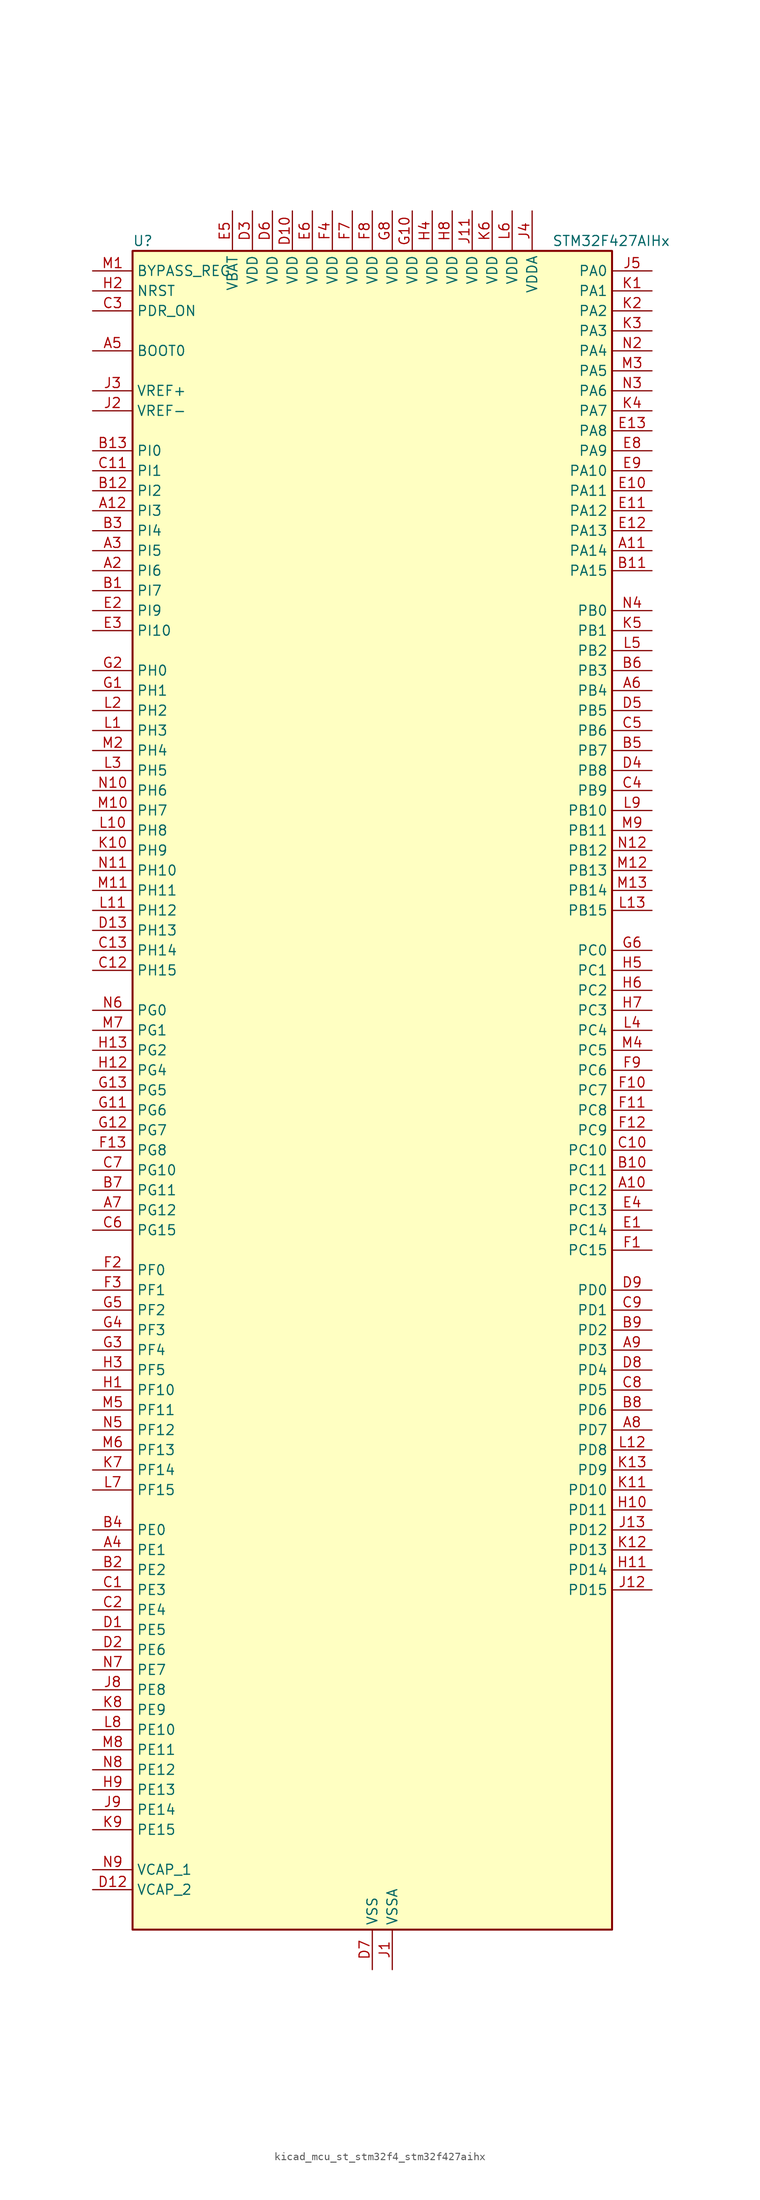
<source format=kicad_sym>
(kicad_symbol_lib
  (version 20220914)
  (generator kicad_symbol_editor)
  (symbol "kicad_mcu_st_stm32f4_stm32f427aihx"
    (property "Reference" "U"
      (at -30.48 107.95 0)
      (effects (font (size 1.27 1.27)) (justify left)))
    (property "Value" "STM32F427AIHx"
      (at 22.86 107.95 0)
      (effects (font (size 1.27 1.27)) (justify left)))
    (property "ki_locked" ""
      (at 0 0 0)
      (effects (font (size 1.27 1.27))))
    (symbol "kicad_mcu_st_stm32f4_stm32f427aihx_0_1"
      (rectangle (start -30.48 -106.68) (end 30.48 106.68) (stroke (width 0.254) (type default)) (fill (type background))))
    (symbol "kicad_mcu_st_stm32f4_stm32f427aihx_1_1"
      (pin no_connect line (at -30.48 -106.68 0) (length 5.08) hide (name "NC" (effects (font (size 1.27 1.27)))) (number "A1" (effects (font (size 1.27 1.27)))))
      (pin bidirectional line (at 35.56 -12.7 180) (length 5.08) (name "PC12" (effects (font (size 1.27 1.27)))) (number "A10" (effects (font (size 1.27 1.27)))) (alternate "DCMI_D9" bidirectional line) (alternate "I2S3_SD" bidirectional line) (alternate "SDIO_CK" bidirectional line) (alternate "SPI3_MOSI" bidirectional line) (alternate "UART5_TX" bidirectional line) (alternate "USART3_CK" bidirectional line))
      (pin bidirectional line (at 35.56 68.58 180) (length 5.08) (name "PA14" (effects (font (size 1.27 1.27)))) (number "A11" (effects (font (size 1.27 1.27)))) (alternate "SYS_JTCK-SWCLK" bidirectional line))
      (pin bidirectional line (at -35.56 73.66 0) (length 5.08) (name "PI3" (effects (font (size 1.27 1.27)))) (number "A12" (effects (font (size 1.27 1.27)))) (alternate "DCMI_D10" bidirectional line) (alternate "FMC_D27" bidirectional line) (alternate "I2S2_SD" bidirectional line) (alternate "SPI2_MOSI" bidirectional line) (alternate "TIM8_ETR" bidirectional line))
      (pin no_connect line (at -30.48 -104.14 0) (length 5.08) hide (name "NC" (effects (font (size 1.27 1.27)))) (number "A13" (effects (font (size 1.27 1.27)))))
      (pin bidirectional line (at -35.56 66.04 0) (length 5.08) (name "PI6" (effects (font (size 1.27 1.27)))) (number "A2" (effects (font (size 1.27 1.27)))) (alternate "DCMI_D6" bidirectional line) (alternate "FMC_D28" bidirectional line) (alternate "TIM8_CH2" bidirectional line))
      (pin bidirectional line (at -35.56 68.58 0) (length 5.08) (name "PI5" (effects (font (size 1.27 1.27)))) (number "A3" (effects (font (size 1.27 1.27)))) (alternate "DCMI_VSYNC" bidirectional line) (alternate "FMC_NBL3" bidirectional line) (alternate "TIM8_CH1" bidirectional line))
      (pin bidirectional line (at -35.56 -58.42 0) (length 5.08) (name "PE1" (effects (font (size 1.27 1.27)))) (number "A4" (effects (font (size 1.27 1.27)))) (alternate "DCMI_D3" bidirectional line) (alternate "FMC_NBL1" bidirectional line) (alternate "UART8_TX" bidirectional line))
      (pin input line (at -35.56 93.98 0) (length 5.08) (name "BOOT0" (effects (font (size 1.27 1.27)))) (number "A5" (effects (font (size 1.27 1.27)))))
      (pin bidirectional line (at 35.56 50.8 180) (length 5.08) (name "PB4" (effects (font (size 1.27 1.27)))) (number "A6" (effects (font (size 1.27 1.27)))) (alternate "I2S3_ext_SD" bidirectional line) (alternate "SPI1_MISO" bidirectional line) (alternate "SPI3_MISO" bidirectional line) (alternate "SYS_JTRST" bidirectional line) (alternate "TIM3_CH1" bidirectional line))
      (pin bidirectional line (at -35.56 -15.24 0) (length 5.08) (name "PG12" (effects (font (size 1.27 1.27)))) (number "A7" (effects (font (size 1.27 1.27)))) (alternate "FMC_NE4" bidirectional line) (alternate "USART6_RTS" bidirectional line))
      (pin bidirectional line (at 35.56 -43.18 180) (length 5.08) (name "PD7" (effects (font (size 1.27 1.27)))) (number "A8" (effects (font (size 1.27 1.27)))) (alternate "FMC_NCE2" bidirectional line) (alternate "FMC_NE1" bidirectional line) (alternate "USART2_CK" bidirectional line))
      (pin bidirectional line (at 35.56 -33.02 180) (length 5.08) (name "PD3" (effects (font (size 1.27 1.27)))) (number "A9" (effects (font (size 1.27 1.27)))) (alternate "DCMI_D5" bidirectional line) (alternate "FMC_CLK" bidirectional line) (alternate "I2S2_CK" bidirectional line) (alternate "SPI2_SCK" bidirectional line) (alternate "USART2_CTS" bidirectional line))
      (pin bidirectional line (at -35.56 63.5 0) (length 5.08) (name "PI7" (effects (font (size 1.27 1.27)))) (number "B1" (effects (font (size 1.27 1.27)))) (alternate "DCMI_D7" bidirectional line) (alternate "FMC_D29" bidirectional line) (alternate "TIM8_CH3" bidirectional line))
      (pin bidirectional line (at 35.56 -10.16 180) (length 5.08) (name "PC11" (effects (font (size 1.27 1.27)))) (number "B10" (effects (font (size 1.27 1.27)))) (alternate "ADC1_EXTI11" bidirectional line) (alternate "ADC2_EXTI11" bidirectional line) (alternate "ADC3_EXTI11" bidirectional line) (alternate "DCMI_D4" bidirectional line) (alternate "I2S3_ext_SD" bidirectional line) (alternate "SDIO_D3" bidirectional line) (alternate "SPI3_MISO" bidirectional line) (alternate "UART4_RX" bidirectional line) (alternate "USART3_RX" bidirectional line))
      (pin bidirectional line (at 35.56 66.04 180) (length 5.08) (name "PA15" (effects (font (size 1.27 1.27)))) (number "B11" (effects (font (size 1.27 1.27)))) (alternate "ADC1_EXTI15" bidirectional line) (alternate "ADC2_EXTI15" bidirectional line) (alternate "ADC3_EXTI15" bidirectional line) (alternate "I2S3_WS" bidirectional line) (alternate "SPI1_NSS" bidirectional line) (alternate "SPI3_NSS" bidirectional line) (alternate "SYS_JTDI" bidirectional line) (alternate "TIM2_CH1" bidirectional line) (alternate "TIM2_ETR" bidirectional line))
      (pin bidirectional line (at -35.56 76.2 0) (length 5.08) (name "PI2" (effects (font (size 1.27 1.27)))) (number "B12" (effects (font (size 1.27 1.27)))) (alternate "DCMI_D9" bidirectional line) (alternate "FMC_D26" bidirectional line) (alternate "I2S2_ext_SD" bidirectional line) (alternate "SPI2_MISO" bidirectional line) (alternate "TIM8_CH4" bidirectional line))
      (pin bidirectional line (at -35.56 81.28 0) (length 5.08) (name "PI0" (effects (font (size 1.27 1.27)))) (number "B13" (effects (font (size 1.27 1.27)))) (alternate "DCMI_D13" bidirectional line) (alternate "FMC_D24" bidirectional line) (alternate "I2S2_WS" bidirectional line) (alternate "SPI2_NSS" bidirectional line) (alternate "TIM5_CH4" bidirectional line))
      (pin bidirectional line (at -35.56 -60.96 0) (length 5.08) (name "PE2" (effects (font (size 1.27 1.27)))) (number "B2" (effects (font (size 1.27 1.27)))) (alternate "ETH_TXD3" bidirectional line) (alternate "FMC_A23" bidirectional line) (alternate "SAI1_MCLK_A" bidirectional line) (alternate "SPI4_SCK" bidirectional line) (alternate "SYS_TRACECLK" bidirectional line))
      (pin bidirectional line (at -35.56 71.12 0) (length 5.08) (name "PI4" (effects (font (size 1.27 1.27)))) (number "B3" (effects (font (size 1.27 1.27)))) (alternate "DCMI_D5" bidirectional line) (alternate "FMC_NBL2" bidirectional line) (alternate "TIM8_BKIN" bidirectional line))
      (pin bidirectional line (at -35.56 -55.88 0) (length 5.08) (name "PE0" (effects (font (size 1.27 1.27)))) (number "B4" (effects (font (size 1.27 1.27)))) (alternate "DCMI_D2" bidirectional line) (alternate "FMC_NBL0" bidirectional line) (alternate "TIM4_ETR" bidirectional line) (alternate "UART8_RX" bidirectional line))
      (pin bidirectional line (at 35.56 43.18 180) (length 5.08) (name "PB7" (effects (font (size 1.27 1.27)))) (number "B5" (effects (font (size 1.27 1.27)))) (alternate "DCMI_VSYNC" bidirectional line) (alternate "FMC_NL" bidirectional line) (alternate "I2C1_SDA" bidirectional line) (alternate "TIM4_CH2" bidirectional line) (alternate "USART1_RX" bidirectional line))
      (pin bidirectional line (at 35.56 53.34 180) (length 5.08) (name "PB3" (effects (font (size 1.27 1.27)))) (number "B6" (effects (font (size 1.27 1.27)))) (alternate "I2S3_CK" bidirectional line) (alternate "SPI1_SCK" bidirectional line) (alternate "SPI3_SCK" bidirectional line) (alternate "SYS_JTDO-SWO" bidirectional line) (alternate "TIM2_CH2" bidirectional line))
      (pin bidirectional line (at -35.56 -12.7 0) (length 5.08) (name "PG11" (effects (font (size 1.27 1.27)))) (number "B7" (effects (font (size 1.27 1.27)))) (alternate "ADC1_EXTI11" bidirectional line) (alternate "ADC2_EXTI11" bidirectional line) (alternate "ADC3_EXTI11" bidirectional line) (alternate "DCMI_D3" bidirectional line) (alternate "ETH_TX_EN" bidirectional line))
      (pin bidirectional line (at 35.56 -40.64 180) (length 5.08) (name "PD6" (effects (font (size 1.27 1.27)))) (number "B8" (effects (font (size 1.27 1.27)))) (alternate "DCMI_D10" bidirectional line) (alternate "FMC_NWAIT" bidirectional line) (alternate "I2S3_SD" bidirectional line) (alternate "SAI1_SD_A" bidirectional line) (alternate "SPI3_MOSI" bidirectional line) (alternate "USART2_RX" bidirectional line))
      (pin bidirectional line (at 35.56 -30.48 180) (length 5.08) (name "PD2" (effects (font (size 1.27 1.27)))) (number "B9" (effects (font (size 1.27 1.27)))) (alternate "DCMI_D11" bidirectional line) (alternate "SDIO_CMD" bidirectional line) (alternate "TIM3_ETR" bidirectional line) (alternate "UART5_RX" bidirectional line))
      (pin bidirectional line (at -35.56 -63.5 0) (length 5.08) (name "PE3" (effects (font (size 1.27 1.27)))) (number "C1" (effects (font (size 1.27 1.27)))) (alternate "FMC_A19" bidirectional line) (alternate "SAI1_SD_B" bidirectional line) (alternate "SYS_TRACED0" bidirectional line))
      (pin bidirectional line (at 35.56 -7.62 180) (length 5.08) (name "PC10" (effects (font (size 1.27 1.27)))) (number "C10" (effects (font (size 1.27 1.27)))) (alternate "DCMI_D8" bidirectional line) (alternate "I2S3_CK" bidirectional line) (alternate "SDIO_D2" bidirectional line) (alternate "SPI3_SCK" bidirectional line) (alternate "UART4_TX" bidirectional line) (alternate "USART3_TX" bidirectional line))
      (pin bidirectional line (at -35.56 78.74 0) (length 5.08) (name "PI1" (effects (font (size 1.27 1.27)))) (number "C11" (effects (font (size 1.27 1.27)))) (alternate "DCMI_D8" bidirectional line) (alternate "FMC_D25" bidirectional line) (alternate "I2S2_CK" bidirectional line) (alternate "SPI2_SCK" bidirectional line))
      (pin bidirectional line (at -35.56 15.24 0) (length 5.08) (name "PH15" (effects (font (size 1.27 1.27)))) (number "C12" (effects (font (size 1.27 1.27)))) (alternate "ADC1_EXTI15" bidirectional line) (alternate "ADC2_EXTI15" bidirectional line) (alternate "ADC3_EXTI15" bidirectional line) (alternate "DCMI_D11" bidirectional line) (alternate "FMC_D23" bidirectional line) (alternate "TIM8_CH3N" bidirectional line))
      (pin bidirectional line (at -35.56 17.78 0) (length 5.08) (name "PH14" (effects (font (size 1.27 1.27)))) (number "C13" (effects (font (size 1.27 1.27)))) (alternate "DCMI_D4" bidirectional line) (alternate "FMC_D22" bidirectional line) (alternate "TIM8_CH2N" bidirectional line))
      (pin bidirectional line (at -35.56 -66.04 0) (length 5.08) (name "PE4" (effects (font (size 1.27 1.27)))) (number "C2" (effects (font (size 1.27 1.27)))) (alternate "DCMI_D4" bidirectional line) (alternate "FMC_A20" bidirectional line) (alternate "SAI1_FS_A" bidirectional line) (alternate "SPI4_NSS" bidirectional line) (alternate "SYS_TRACED1" bidirectional line))
      (pin input line (at -35.56 99.06 0) (length 5.08) (name "PDR_ON" (effects (font (size 1.27 1.27)))) (number "C3" (effects (font (size 1.27 1.27)))))
      (pin bidirectional line (at 35.56 38.1 180) (length 5.08) (name "PB9" (effects (font (size 1.27 1.27)))) (number "C4" (effects (font (size 1.27 1.27)))) (alternate "CAN1_TX" bidirectional line) (alternate "DAC_EXTI9" bidirectional line) (alternate "DCMI_D7" bidirectional line) (alternate "I2C1_SDA" bidirectional line) (alternate "I2S2_WS" bidirectional line) (alternate "SDIO_D5" bidirectional line) (alternate "SPI2_NSS" bidirectional line) (alternate "TIM11_CH1" bidirectional line) (alternate "TIM4_CH4" bidirectional line))
      (pin bidirectional line (at 35.56 45.72 180) (length 5.08) (name "PB6" (effects (font (size 1.27 1.27)))) (number "C5" (effects (font (size 1.27 1.27)))) (alternate "CAN2_TX" bidirectional line) (alternate "DCMI_D5" bidirectional line) (alternate "FMC_SDNE1" bidirectional line) (alternate "I2C1_SCL" bidirectional line) (alternate "TIM4_CH1" bidirectional line) (alternate "USART1_TX" bidirectional line))
      (pin bidirectional line (at -35.56 -17.78 0) (length 5.08) (name "PG15" (effects (font (size 1.27 1.27)))) (number "C6" (effects (font (size 1.27 1.27)))) (alternate "ADC1_EXTI15" bidirectional line) (alternate "ADC2_EXTI15" bidirectional line) (alternate "ADC3_EXTI15" bidirectional line) (alternate "DCMI_D13" bidirectional line) (alternate "FMC_SDNCAS" bidirectional line) (alternate "USART6_CTS" bidirectional line))
      (pin bidirectional line (at -35.56 -10.16 0) (length 5.08) (name "PG10" (effects (font (size 1.27 1.27)))) (number "C7" (effects (font (size 1.27 1.27)))) (alternate "DCMI_D2" bidirectional line) (alternate "FMC_NE3" bidirectional line))
      (pin bidirectional line (at 35.56 -38.1 180) (length 5.08) (name "PD5" (effects (font (size 1.27 1.27)))) (number "C8" (effects (font (size 1.27 1.27)))) (alternate "FMC_NWE" bidirectional line) (alternate "USART2_TX" bidirectional line))
      (pin bidirectional line (at 35.56 -27.94 180) (length 5.08) (name "PD1" (effects (font (size 1.27 1.27)))) (number "C9" (effects (font (size 1.27 1.27)))) (alternate "CAN1_TX" bidirectional line) (alternate "FMC_D3" bidirectional line) (alternate "FMC_DA3" bidirectional line))
      (pin bidirectional line (at -35.56 -68.58 0) (length 5.08) (name "PE5" (effects (font (size 1.27 1.27)))) (number "D1" (effects (font (size 1.27 1.27)))) (alternate "DCMI_D6" bidirectional line) (alternate "FMC_A21" bidirectional line) (alternate "SAI1_SCK_A" bidirectional line) (alternate "SPI4_MISO" bidirectional line) (alternate "SYS_TRACED2" bidirectional line) (alternate "TIM9_CH1" bidirectional line))
      (pin power_in line (at -10.16 111.76 270) (length 5.08) (name "VDD" (effects (font (size 1.27 1.27)))) (number "D10" (effects (font (size 1.27 1.27)))))
      (pin passive line (at 0 -111.76 90) (length 5.08) hide (name "VSS" (effects (font (size 1.27 1.27)))) (number "D11" (effects (font (size 1.27 1.27)))))
      (pin power_out line (at -35.56 -101.6 0) (length 5.08) (name "VCAP_2" (effects (font (size 1.27 1.27)))) (number "D12" (effects (font (size 1.27 1.27)))))
      (pin bidirectional line (at -35.56 20.32 0) (length 5.08) (name "PH13" (effects (font (size 1.27 1.27)))) (number "D13" (effects (font (size 1.27 1.27)))) (alternate "CAN1_TX" bidirectional line) (alternate "FMC_D21" bidirectional line) (alternate "TIM8_CH1N" bidirectional line))
      (pin bidirectional line (at -35.56 -71.12 0) (length 5.08) (name "PE6" (effects (font (size 1.27 1.27)))) (number "D2" (effects (font (size 1.27 1.27)))) (alternate "DCMI_D7" bidirectional line) (alternate "FMC_A22" bidirectional line) (alternate "SAI1_SD_A" bidirectional line) (alternate "SPI4_MOSI" bidirectional line) (alternate "SYS_TRACED3" bidirectional line) (alternate "TIM9_CH2" bidirectional line))
      (pin power_in line (at -15.24 111.76 270) (length 5.08) (name "VDD" (effects (font (size 1.27 1.27)))) (number "D3" (effects (font (size 1.27 1.27)))))
      (pin bidirectional line (at 35.56 40.64 180) (length 5.08) (name "PB8" (effects (font (size 1.27 1.27)))) (number "D4" (effects (font (size 1.27 1.27)))) (alternate "CAN1_RX" bidirectional line) (alternate "DCMI_D6" bidirectional line) (alternate "ETH_TXD3" bidirectional line) (alternate "I2C1_SCL" bidirectional line) (alternate "SDIO_D4" bidirectional line) (alternate "TIM10_CH1" bidirectional line) (alternate "TIM4_CH3" bidirectional line))
      (pin bidirectional line (at 35.56 48.26 180) (length 5.08) (name "PB5" (effects (font (size 1.27 1.27)))) (number "D5" (effects (font (size 1.27 1.27)))) (alternate "CAN2_RX" bidirectional line) (alternate "DCMI_D10" bidirectional line) (alternate "ETH_PPS_OUT" bidirectional line) (alternate "FMC_SDCKE1" bidirectional line) (alternate "I2C1_SMBA" bidirectional line) (alternate "I2S3_SD" bidirectional line) (alternate "SPI1_MOSI" bidirectional line) (alternate "SPI3_MOSI" bidirectional line) (alternate "TIM3_CH2" bidirectional line) (alternate "USB_OTG_HS_ULPI_D7" bidirectional line))
      (pin power_in line (at -12.7 111.76 270) (length 5.08) (name "VDD" (effects (font (size 1.27 1.27)))) (number "D6" (effects (font (size 1.27 1.27)))))
      (pin power_in line (at 0 -111.76 90) (length 5.08) (name "VSS" (effects (font (size 1.27 1.27)))) (number "D7" (effects (font (size 1.27 1.27)))))
      (pin bidirectional line (at 35.56 -35.56 180) (length 5.08) (name "PD4" (effects (font (size 1.27 1.27)))) (number "D8" (effects (font (size 1.27 1.27)))) (alternate "FMC_NOE" bidirectional line) (alternate "USART2_RTS" bidirectional line))
      (pin bidirectional line (at 35.56 -25.4 180) (length 5.08) (name "PD0" (effects (font (size 1.27 1.27)))) (number "D9" (effects (font (size 1.27 1.27)))) (alternate "CAN1_RX" bidirectional line) (alternate "FMC_D2" bidirectional line) (alternate "FMC_DA2" bidirectional line))
      (pin bidirectional line (at 35.56 -17.78 180) (length 5.08) (name "PC14" (effects (font (size 1.27 1.27)))) (number "E1" (effects (font (size 1.27 1.27)))) (alternate "RCC_OSC32_IN" bidirectional line))
      (pin bidirectional line (at 35.56 76.2 180) (length 5.08) (name "PA11" (effects (font (size 1.27 1.27)))) (number "E10" (effects (font (size 1.27 1.27)))) (alternate "ADC1_EXTI11" bidirectional line) (alternate "ADC2_EXTI11" bidirectional line) (alternate "ADC3_EXTI11" bidirectional line) (alternate "CAN1_RX" bidirectional line) (alternate "TIM1_CH4" bidirectional line) (alternate "USART1_CTS" bidirectional line) (alternate "USB_OTG_FS_DM" bidirectional line))
      (pin bidirectional line (at 35.56 73.66 180) (length 5.08) (name "PA12" (effects (font (size 1.27 1.27)))) (number "E11" (effects (font (size 1.27 1.27)))) (alternate "CAN1_TX" bidirectional line) (alternate "TIM1_ETR" bidirectional line) (alternate "USART1_RTS" bidirectional line) (alternate "USB_OTG_FS_DP" bidirectional line))
      (pin bidirectional line (at 35.56 71.12 180) (length 5.08) (name "PA13" (effects (font (size 1.27 1.27)))) (number "E12" (effects (font (size 1.27 1.27)))) (alternate "SYS_JTMS-SWDIO" bidirectional line))
      (pin bidirectional line (at 35.56 83.82 180) (length 5.08) (name "PA8" (effects (font (size 1.27 1.27)))) (number "E13" (effects (font (size 1.27 1.27)))) (alternate "I2C3_SCL" bidirectional line) (alternate "RCC_MCO_1" bidirectional line) (alternate "TIM1_CH1" bidirectional line) (alternate "USART1_CK" bidirectional line) (alternate "USB_OTG_FS_SOF" bidirectional line))
      (pin bidirectional line (at -35.56 60.96 0) (length 5.08) (name "PI9" (effects (font (size 1.27 1.27)))) (number "E2" (effects (font (size 1.27 1.27)))) (alternate "CAN1_RX" bidirectional line) (alternate "DAC_EXTI9" bidirectional line) (alternate "FMC_D30" bidirectional line))
      (pin bidirectional line (at -35.56 58.42 0) (length 5.08) (name "PI10" (effects (font (size 1.27 1.27)))) (number "E3" (effects (font (size 1.27 1.27)))) (alternate "ETH_RX_ER" bidirectional line) (alternate "FMC_D31" bidirectional line))
      (pin bidirectional line (at 35.56 -15.24 180) (length 5.08) (name "PC13" (effects (font (size 1.27 1.27)))) (number "E4" (effects (font (size 1.27 1.27)))) (alternate "RTC_AF1" bidirectional line))
      (pin power_in line (at -17.78 111.76 270) (length 5.08) (name "VBAT" (effects (font (size 1.27 1.27)))) (number "E5" (effects (font (size 1.27 1.27)))))
      (pin power_in line (at -7.62 111.76 270) (length 5.08) (name "VDD" (effects (font (size 1.27 1.27)))) (number "E6" (effects (font (size 1.27 1.27)))))
      (pin passive line (at 0 -111.76 90) (length 5.08) hide (name "VSS" (effects (font (size 1.27 1.27)))) (number "E7" (effects (font (size 1.27 1.27)))))
      (pin bidirectional line (at 35.56 81.28 180) (length 5.08) (name "PA9" (effects (font (size 1.27 1.27)))) (number "E8" (effects (font (size 1.27 1.27)))) (alternate "DAC_EXTI9" bidirectional line) (alternate "DCMI_D0" bidirectional line) (alternate "I2C3_SMBA" bidirectional line) (alternate "TIM1_CH2" bidirectional line) (alternate "USART1_TX" bidirectional line) (alternate "USB_OTG_FS_VBUS" bidirectional line))
      (pin bidirectional line (at 35.56 78.74 180) (length 5.08) (name "PA10" (effects (font (size 1.27 1.27)))) (number "E9" (effects (font (size 1.27 1.27)))) (alternate "DCMI_D1" bidirectional line) (alternate "TIM1_CH3" bidirectional line) (alternate "USART1_RX" bidirectional line) (alternate "USB_OTG_FS_ID" bidirectional line))
      (pin bidirectional line (at 35.56 -20.32 180) (length 5.08) (name "PC15" (effects (font (size 1.27 1.27)))) (number "F1" (effects (font (size 1.27 1.27)))) (alternate "ADC1_EXTI15" bidirectional line) (alternate "ADC2_EXTI15" bidirectional line) (alternate "ADC3_EXTI15" bidirectional line) (alternate "RCC_OSC32_OUT" bidirectional line))
      (pin bidirectional line (at 35.56 0 180) (length 5.08) (name "PC7" (effects (font (size 1.27 1.27)))) (number "F10" (effects (font (size 1.27 1.27)))) (alternate "DCMI_D1" bidirectional line) (alternate "I2S3_MCK" bidirectional line) (alternate "SDIO_D7" bidirectional line) (alternate "TIM3_CH2" bidirectional line) (alternate "TIM8_CH2" bidirectional line) (alternate "USART6_RX" bidirectional line))
      (pin bidirectional line (at 35.56 -2.54 180) (length 5.08) (name "PC8" (effects (font (size 1.27 1.27)))) (number "F11" (effects (font (size 1.27 1.27)))) (alternate "DCMI_D2" bidirectional line) (alternate "SDIO_D0" bidirectional line) (alternate "TIM3_CH3" bidirectional line) (alternate "TIM8_CH3" bidirectional line) (alternate "USART6_CK" bidirectional line))
      (pin bidirectional line (at 35.56 -5.08 180) (length 5.08) (name "PC9" (effects (font (size 1.27 1.27)))) (number "F12" (effects (font (size 1.27 1.27)))) (alternate "DAC_EXTI9" bidirectional line) (alternate "DCMI_D3" bidirectional line) (alternate "I2C3_SDA" bidirectional line) (alternate "I2S_CKIN" bidirectional line) (alternate "RCC_MCO_2" bidirectional line) (alternate "SDIO_D1" bidirectional line) (alternate "TIM3_CH4" bidirectional line) (alternate "TIM8_CH4" bidirectional line))
      (pin bidirectional line (at -35.56 -7.62 0) (length 5.08) (name "PG8" (effects (font (size 1.27 1.27)))) (number "F13" (effects (font (size 1.27 1.27)))) (alternate "ETH_PPS_OUT" bidirectional line) (alternate "FMC_SDCLK" bidirectional line) (alternate "USART6_RTS" bidirectional line))
      (pin bidirectional line (at -35.56 -22.86 0) (length 5.08) (name "PF0" (effects (font (size 1.27 1.27)))) (number "F2" (effects (font (size 1.27 1.27)))) (alternate "FMC_A0" bidirectional line) (alternate "I2C2_SDA" bidirectional line))
      (pin bidirectional line (at -35.56 -25.4 0) (length 5.08) (name "PF1" (effects (font (size 1.27 1.27)))) (number "F3" (effects (font (size 1.27 1.27)))) (alternate "FMC_A1" bidirectional line) (alternate "I2C2_SCL" bidirectional line))
      (pin power_in line (at -5.08 111.76 270) (length 5.08) (name "VDD" (effects (font (size 1.27 1.27)))) (number "F4" (effects (font (size 1.27 1.27)))))
      (pin passive line (at 0 -111.76 90) (length 5.08) hide (name "VSS" (effects (font (size 1.27 1.27)))) (number "F5" (effects (font (size 1.27 1.27)))))
      (pin passive line (at 0 -111.76 90) (length 5.08) hide (name "VSS" (effects (font (size 1.27 1.27)))) (number "F6" (effects (font (size 1.27 1.27)))))
      (pin power_in line (at -2.54 111.76 270) (length 5.08) (name "VDD" (effects (font (size 1.27 1.27)))) (number "F7" (effects (font (size 1.27 1.27)))))
      (pin power_in line (at 0 111.76 270) (length 5.08) (name "VDD" (effects (font (size 1.27 1.27)))) (number "F8" (effects (font (size 1.27 1.27)))))
      (pin bidirectional line (at 35.56 2.54 180) (length 5.08) (name "PC6" (effects (font (size 1.27 1.27)))) (number "F9" (effects (font (size 1.27 1.27)))) (alternate "DCMI_D0" bidirectional line) (alternate "I2S2_MCK" bidirectional line) (alternate "SDIO_D6" bidirectional line) (alternate "TIM3_CH1" bidirectional line) (alternate "TIM8_CH1" bidirectional line) (alternate "USART6_TX" bidirectional line))
      (pin bidirectional line (at -35.56 50.8 0) (length 5.08) (name "PH1" (effects (font (size 1.27 1.27)))) (number "G1" (effects (font (size 1.27 1.27)))) (alternate "RCC_OSC_OUT" bidirectional line))
      (pin power_in line (at 5.08 111.76 270) (length 5.08) (name "VDD" (effects (font (size 1.27 1.27)))) (number "G10" (effects (font (size 1.27 1.27)))))
      (pin bidirectional line (at -35.56 -2.54 0) (length 5.08) (name "PG6" (effects (font (size 1.27 1.27)))) (number "G11" (effects (font (size 1.27 1.27)))) (alternate "DCMI_D12" bidirectional line) (alternate "FMC_INT2" bidirectional line))
      (pin bidirectional line (at -35.56 -5.08 0) (length 5.08) (name "PG7" (effects (font (size 1.27 1.27)))) (number "G12" (effects (font (size 1.27 1.27)))) (alternate "DCMI_D13" bidirectional line) (alternate "USART6_CK" bidirectional line))
      (pin bidirectional line (at -35.56 0 0) (length 5.08) (name "PG5" (effects (font (size 1.27 1.27)))) (number "G13" (effects (font (size 1.27 1.27)))) (alternate "FMC_A15" bidirectional line) (alternate "FMC_BA1" bidirectional line))
      (pin bidirectional line (at -35.56 53.34 0) (length 5.08) (name "PH0" (effects (font (size 1.27 1.27)))) (number "G2" (effects (font (size 1.27 1.27)))) (alternate "RCC_OSC_IN" bidirectional line))
      (pin bidirectional line (at -35.56 -33.02 0) (length 5.08) (name "PF4" (effects (font (size 1.27 1.27)))) (number "G3" (effects (font (size 1.27 1.27)))) (alternate "ADC3_IN14" bidirectional line) (alternate "FMC_A4" bidirectional line))
      (pin bidirectional line (at -35.56 -30.48 0) (length 5.08) (name "PF3" (effects (font (size 1.27 1.27)))) (number "G4" (effects (font (size 1.27 1.27)))) (alternate "ADC3_IN9" bidirectional line) (alternate "FMC_A3" bidirectional line))
      (pin bidirectional line (at -35.56 -27.94 0) (length 5.08) (name "PF2" (effects (font (size 1.27 1.27)))) (number "G5" (effects (font (size 1.27 1.27)))) (alternate "FMC_A2" bidirectional line) (alternate "I2C2_SMBA" bidirectional line))
      (pin bidirectional line (at 35.56 17.78 180) (length 5.08) (name "PC0" (effects (font (size 1.27 1.27)))) (number "G6" (effects (font (size 1.27 1.27)))) (alternate "ADC1_IN10" bidirectional line) (alternate "ADC2_IN10" bidirectional line) (alternate "ADC3_IN10" bidirectional line) (alternate "FMC_SDNWE" bidirectional line) (alternate "USB_OTG_HS_ULPI_STP" bidirectional line))
      (pin passive line (at 0 -111.76 90) (length 5.08) hide (name "VSS" (effects (font (size 1.27 1.27)))) (number "G7" (effects (font (size 1.27 1.27)))))
      (pin power_in line (at 2.54 111.76 270) (length 5.08) (name "VDD" (effects (font (size 1.27 1.27)))) (number "G8" (effects (font (size 1.27 1.27)))))
      (pin passive line (at 0 -111.76 90) (length 5.08) hide (name "VSS" (effects (font (size 1.27 1.27)))) (number "G9" (effects (font (size 1.27 1.27)))))
      (pin bidirectional line (at -35.56 -38.1 0) (length 5.08) (name "PF10" (effects (font (size 1.27 1.27)))) (number "H1" (effects (font (size 1.27 1.27)))) (alternate "ADC3_IN8" bidirectional line) (alternate "DCMI_D11" bidirectional line))
      (pin bidirectional line (at 35.56 -53.34 180) (length 5.08) (name "PD11" (effects (font (size 1.27 1.27)))) (number "H10" (effects (font (size 1.27 1.27)))) (alternate "ADC1_EXTI11" bidirectional line) (alternate "ADC2_EXTI11" bidirectional line) (alternate "ADC3_EXTI11" bidirectional line) (alternate "FMC_A16" bidirectional line) (alternate "FMC_CLE" bidirectional line) (alternate "USART3_CTS" bidirectional line))
      (pin bidirectional line (at 35.56 -60.96 180) (length 5.08) (name "PD14" (effects (font (size 1.27 1.27)))) (number "H11" (effects (font (size 1.27 1.27)))) (alternate "FMC_D0" bidirectional line) (alternate "FMC_DA0" bidirectional line) (alternate "TIM4_CH3" bidirectional line))
      (pin bidirectional line (at -35.56 2.54 0) (length 5.08) (name "PG4" (effects (font (size 1.27 1.27)))) (number "H12" (effects (font (size 1.27 1.27)))) (alternate "FMC_A14" bidirectional line) (alternate "FMC_BA0" bidirectional line))
      (pin bidirectional line (at -35.56 5.08 0) (length 5.08) (name "PG2" (effects (font (size 1.27 1.27)))) (number "H13" (effects (font (size 1.27 1.27)))) (alternate "FMC_A12" bidirectional line))
      (pin input line (at -35.56 101.6 0) (length 5.08) (name "NRST" (effects (font (size 1.27 1.27)))) (number "H2" (effects (font (size 1.27 1.27)))))
      (pin bidirectional line (at -35.56 -35.56 0) (length 5.08) (name "PF5" (effects (font (size 1.27 1.27)))) (number "H3" (effects (font (size 1.27 1.27)))) (alternate "ADC3_IN15" bidirectional line) (alternate "FMC_A5" bidirectional line))
      (pin power_in line (at 7.62 111.76 270) (length 5.08) (name "VDD" (effects (font (size 1.27 1.27)))) (number "H4" (effects (font (size 1.27 1.27)))))
      (pin bidirectional line (at 35.56 15.24 180) (length 5.08) (name "PC1" (effects (font (size 1.27 1.27)))) (number "H5" (effects (font (size 1.27 1.27)))) (alternate "ADC1_IN11" bidirectional line) (alternate "ADC2_IN11" bidirectional line) (alternate "ADC3_IN11" bidirectional line) (alternate "ETH_MDC" bidirectional line))
      (pin bidirectional line (at 35.56 12.7 180) (length 5.08) (name "PC2" (effects (font (size 1.27 1.27)))) (number "H6" (effects (font (size 1.27 1.27)))) (alternate "ADC1_IN12" bidirectional line) (alternate "ADC2_IN12" bidirectional line) (alternate "ADC3_IN12" bidirectional line) (alternate "ETH_TXD2" bidirectional line) (alternate "FMC_SDNE0" bidirectional line) (alternate "I2S2_ext_SD" bidirectional line) (alternate "SPI2_MISO" bidirectional line) (alternate "USB_OTG_HS_ULPI_DIR" bidirectional line))
      (pin bidirectional line (at 35.56 10.16 180) (length 5.08) (name "PC3" (effects (font (size 1.27 1.27)))) (number "H7" (effects (font (size 1.27 1.27)))) (alternate "ADC1_IN13" bidirectional line) (alternate "ADC2_IN13" bidirectional line) (alternate "ADC3_IN13" bidirectional line) (alternate "ETH_TX_CLK" bidirectional line) (alternate "FMC_SDCKE0" bidirectional line) (alternate "I2S2_SD" bidirectional line) (alternate "SPI2_MOSI" bidirectional line) (alternate "USB_OTG_HS_ULPI_NXT" bidirectional line))
      (pin power_in line (at 10.16 111.76 270) (length 5.08) (name "VDD" (effects (font (size 1.27 1.27)))) (number "H8" (effects (font (size 1.27 1.27)))))
      (pin bidirectional line (at -35.56 -88.9 0) (length 5.08) (name "PE13" (effects (font (size 1.27 1.27)))) (number "H9" (effects (font (size 1.27 1.27)))) (alternate "FMC_D10" bidirectional line) (alternate "FMC_DA10" bidirectional line) (alternate "SPI4_MISO" bidirectional line) (alternate "TIM1_CH3" bidirectional line))
      (pin power_in line (at 2.54 -111.76 90) (length 5.08) (name "VSSA" (effects (font (size 1.27 1.27)))) (number "J1" (effects (font (size 1.27 1.27)))))
      (pin passive line (at 0 -111.76 90) (length 5.08) hide (name "VSS" (effects (font (size 1.27 1.27)))) (number "J10" (effects (font (size 1.27 1.27)))))
      (pin power_in line (at 12.7 111.76 270) (length 5.08) (name "VDD" (effects (font (size 1.27 1.27)))) (number "J11" (effects (font (size 1.27 1.27)))))
      (pin bidirectional line (at 35.56 -63.5 180) (length 5.08) (name "PD15" (effects (font (size 1.27 1.27)))) (number "J12" (effects (font (size 1.27 1.27)))) (alternate "ADC1_EXTI15" bidirectional line) (alternate "ADC2_EXTI15" bidirectional line) (alternate "ADC3_EXTI15" bidirectional line) (alternate "FMC_D1" bidirectional line) (alternate "FMC_DA1" bidirectional line) (alternate "TIM4_CH4" bidirectional line))
      (pin bidirectional line (at 35.56 -55.88 180) (length 5.08) (name "PD12" (effects (font (size 1.27 1.27)))) (number "J13" (effects (font (size 1.27 1.27)))) (alternate "FMC_A17" bidirectional line) (alternate "FMC_ALE" bidirectional line) (alternate "TIM4_CH1" bidirectional line) (alternate "USART3_RTS" bidirectional line))
      (pin input line (at -35.56 86.36 0) (length 5.08) (name "VREF-" (effects (font (size 1.27 1.27)))) (number "J2" (effects (font (size 1.27 1.27)))))
      (pin input line (at -35.56 88.9 0) (length 5.08) (name "VREF+" (effects (font (size 1.27 1.27)))) (number "J3" (effects (font (size 1.27 1.27)))))
      (pin power_in line (at 20.32 111.76 270) (length 5.08) (name "VDDA" (effects (font (size 1.27 1.27)))) (number "J4" (effects (font (size 1.27 1.27)))))
      (pin bidirectional line (at 35.56 104.14 180) (length 5.08) (name "PA0" (effects (font (size 1.27 1.27)))) (number "J5" (effects (font (size 1.27 1.27)))) (alternate "ADC1_IN0" bidirectional line) (alternate "ADC2_IN0" bidirectional line) (alternate "ADC3_IN0" bidirectional line) (alternate "ETH_CRS" bidirectional line) (alternate "SYS_WKUP" bidirectional line) (alternate "TIM2_CH1" bidirectional line) (alternate "TIM2_ETR" bidirectional line) (alternate "TIM5_CH1" bidirectional line) (alternate "TIM8_ETR" bidirectional line) (alternate "UART4_TX" bidirectional line) (alternate "USART2_CTS" bidirectional line))
      (pin passive line (at 0 -111.76 90) (length 5.08) hide (name "VSS" (effects (font (size 1.27 1.27)))) (number "J6" (effects (font (size 1.27 1.27)))))
      (pin passive line (at 0 -111.76 90) (length 5.08) hide (name "VSS" (effects (font (size 1.27 1.27)))) (number "J7" (effects (font (size 1.27 1.27)))))
      (pin bidirectional line (at -35.56 -76.2 0) (length 5.08) (name "PE8" (effects (font (size 1.27 1.27)))) (number "J8" (effects (font (size 1.27 1.27)))) (alternate "FMC_D5" bidirectional line) (alternate "FMC_DA5" bidirectional line) (alternate "TIM1_CH1N" bidirectional line) (alternate "UART7_TX" bidirectional line))
      (pin bidirectional line (at -35.56 -91.44 0) (length 5.08) (name "PE14" (effects (font (size 1.27 1.27)))) (number "J9" (effects (font (size 1.27 1.27)))) (alternate "FMC_D11" bidirectional line) (alternate "FMC_DA11" bidirectional line) (alternate "SPI4_MOSI" bidirectional line) (alternate "TIM1_CH4" bidirectional line))
      (pin bidirectional line (at 35.56 101.6 180) (length 5.08) (name "PA1" (effects (font (size 1.27 1.27)))) (number "K1" (effects (font (size 1.27 1.27)))) (alternate "ADC1_IN1" bidirectional line) (alternate "ADC2_IN1" bidirectional line) (alternate "ADC3_IN1" bidirectional line) (alternate "ETH_REF_CLK" bidirectional line) (alternate "ETH_RX_CLK" bidirectional line) (alternate "TIM2_CH2" bidirectional line) (alternate "TIM5_CH2" bidirectional line) (alternate "UART4_RX" bidirectional line) (alternate "USART2_RTS" bidirectional line))
      (pin bidirectional line (at -35.56 30.48 0) (length 5.08) (name "PH9" (effects (font (size 1.27 1.27)))) (number "K10" (effects (font (size 1.27 1.27)))) (alternate "DAC_EXTI9" bidirectional line) (alternate "DCMI_D0" bidirectional line) (alternate "FMC_D17" bidirectional line) (alternate "I2C3_SMBA" bidirectional line) (alternate "TIM12_CH2" bidirectional line))
      (pin bidirectional line (at 35.56 -50.8 180) (length 5.08) (name "PD10" (effects (font (size 1.27 1.27)))) (number "K11" (effects (font (size 1.27 1.27)))) (alternate "FMC_D15" bidirectional line) (alternate "FMC_DA15" bidirectional line) (alternate "USART3_CK" bidirectional line))
      (pin bidirectional line (at 35.56 -58.42 180) (length 5.08) (name "PD13" (effects (font (size 1.27 1.27)))) (number "K12" (effects (font (size 1.27 1.27)))) (alternate "FMC_A18" bidirectional line) (alternate "TIM4_CH2" bidirectional line))
      (pin bidirectional line (at 35.56 -48.26 180) (length 5.08) (name "PD9" (effects (font (size 1.27 1.27)))) (number "K13" (effects (font (size 1.27 1.27)))) (alternate "DAC_EXTI9" bidirectional line) (alternate "FMC_D14" bidirectional line) (alternate "FMC_DA14" bidirectional line) (alternate "USART3_RX" bidirectional line))
      (pin bidirectional line (at 35.56 99.06 180) (length 5.08) (name "PA2" (effects (font (size 1.27 1.27)))) (number "K2" (effects (font (size 1.27 1.27)))) (alternate "ADC1_IN2" bidirectional line) (alternate "ADC2_IN2" bidirectional line) (alternate "ADC3_IN2" bidirectional line) (alternate "ETH_MDIO" bidirectional line) (alternate "TIM2_CH3" bidirectional line) (alternate "TIM5_CH3" bidirectional line) (alternate "TIM9_CH1" bidirectional line) (alternate "USART2_TX" bidirectional line))
      (pin bidirectional line (at 35.56 96.52 180) (length 5.08) (name "PA3" (effects (font (size 1.27 1.27)))) (number "K3" (effects (font (size 1.27 1.27)))) (alternate "ADC1_IN3" bidirectional line) (alternate "ADC2_IN3" bidirectional line) (alternate "ADC3_IN3" bidirectional line) (alternate "ETH_COL" bidirectional line) (alternate "TIM2_CH4" bidirectional line) (alternate "TIM5_CH4" bidirectional line) (alternate "TIM9_CH2" bidirectional line) (alternate "USART2_RX" bidirectional line) (alternate "USB_OTG_HS_ULPI_D0" bidirectional line))
      (pin bidirectional line (at 35.56 86.36 180) (length 5.08) (name "PA7" (effects (font (size 1.27 1.27)))) (number "K4" (effects (font (size 1.27 1.27)))) (alternate "ADC1_IN7" bidirectional line) (alternate "ADC2_IN7" bidirectional line) (alternate "ETH_CRS_DV" bidirectional line) (alternate "ETH_RX_DV" bidirectional line) (alternate "SPI1_MOSI" bidirectional line) (alternate "TIM14_CH1" bidirectional line) (alternate "TIM1_CH1N" bidirectional line) (alternate "TIM3_CH2" bidirectional line) (alternate "TIM8_CH1N" bidirectional line))
      (pin bidirectional line (at 35.56 58.42 180) (length 5.08) (name "PB1" (effects (font (size 1.27 1.27)))) (number "K5" (effects (font (size 1.27 1.27)))) (alternate "ADC1_IN9" bidirectional line) (alternate "ADC2_IN9" bidirectional line) (alternate "ETH_RXD3" bidirectional line) (alternate "TIM1_CH3N" bidirectional line) (alternate "TIM3_CH4" bidirectional line) (alternate "TIM8_CH3N" bidirectional line) (alternate "USB_OTG_HS_ULPI_D2" bidirectional line))
      (pin power_in line (at 15.24 111.76 270) (length 5.08) (name "VDD" (effects (font (size 1.27 1.27)))) (number "K6" (effects (font (size 1.27 1.27)))))
      (pin bidirectional line (at -35.56 -48.26 0) (length 5.08) (name "PF14" (effects (font (size 1.27 1.27)))) (number "K7" (effects (font (size 1.27 1.27)))) (alternate "FMC_A8" bidirectional line))
      (pin bidirectional line (at -35.56 -78.74 0) (length 5.08) (name "PE9" (effects (font (size 1.27 1.27)))) (number "K8" (effects (font (size 1.27 1.27)))) (alternate "DAC_EXTI9" bidirectional line) (alternate "FMC_D6" bidirectional line) (alternate "FMC_DA6" bidirectional line) (alternate "TIM1_CH1" bidirectional line))
      (pin bidirectional line (at -35.56 -93.98 0) (length 5.08) (name "PE15" (effects (font (size 1.27 1.27)))) (number "K9" (effects (font (size 1.27 1.27)))) (alternate "ADC1_EXTI15" bidirectional line) (alternate "ADC2_EXTI15" bidirectional line) (alternate "ADC3_EXTI15" bidirectional line) (alternate "FMC_D12" bidirectional line) (alternate "FMC_DA12" bidirectional line) (alternate "TIM1_BKIN" bidirectional line))
      (pin bidirectional line (at -35.56 45.72 0) (length 5.08) (name "PH3" (effects (font (size 1.27 1.27)))) (number "L1" (effects (font (size 1.27 1.27)))) (alternate "ETH_COL" bidirectional line) (alternate "FMC_SDNE0" bidirectional line))
      (pin bidirectional line (at -35.56 33.02 0) (length 5.08) (name "PH8" (effects (font (size 1.27 1.27)))) (number "L10" (effects (font (size 1.27 1.27)))) (alternate "DCMI_HSYNC" bidirectional line) (alternate "FMC_D16" bidirectional line) (alternate "I2C3_SDA" bidirectional line))
      (pin bidirectional line (at -35.56 22.86 0) (length 5.08) (name "PH12" (effects (font (size 1.27 1.27)))) (number "L11" (effects (font (size 1.27 1.27)))) (alternate "DCMI_D3" bidirectional line) (alternate "FMC_D20" bidirectional line) (alternate "TIM5_CH3" bidirectional line))
      (pin bidirectional line (at 35.56 -45.72 180) (length 5.08) (name "PD8" (effects (font (size 1.27 1.27)))) (number "L12" (effects (font (size 1.27 1.27)))) (alternate "FMC_D13" bidirectional line) (alternate "FMC_DA13" bidirectional line) (alternate "USART3_TX" bidirectional line))
      (pin bidirectional line (at 35.56 22.86 180) (length 5.08) (name "PB15" (effects (font (size 1.27 1.27)))) (number "L13" (effects (font (size 1.27 1.27)))) (alternate "ADC1_EXTI15" bidirectional line) (alternate "ADC2_EXTI15" bidirectional line) (alternate "ADC3_EXTI15" bidirectional line) (alternate "I2S2_SD" bidirectional line) (alternate "RTC_REFIN" bidirectional line) (alternate "SPI2_MOSI" bidirectional line) (alternate "TIM12_CH2" bidirectional line) (alternate "TIM1_CH3N" bidirectional line) (alternate "TIM8_CH3N" bidirectional line) (alternate "USB_OTG_HS_DP" bidirectional line))
      (pin bidirectional line (at -35.56 48.26 0) (length 5.08) (name "PH2" (effects (font (size 1.27 1.27)))) (number "L2" (effects (font (size 1.27 1.27)))) (alternate "ETH_CRS" bidirectional line) (alternate "FMC_SDCKE0" bidirectional line))
      (pin bidirectional line (at -35.56 40.64 0) (length 5.08) (name "PH5" (effects (font (size 1.27 1.27)))) (number "L3" (effects (font (size 1.27 1.27)))) (alternate "FMC_SDNWE" bidirectional line) (alternate "I2C2_SDA" bidirectional line) (alternate "SPI5_NSS" bidirectional line))
      (pin bidirectional line (at 35.56 7.62 180) (length 5.08) (name "PC4" (effects (font (size 1.27 1.27)))) (number "L4" (effects (font (size 1.27 1.27)))) (alternate "ADC1_IN14" bidirectional line) (alternate "ADC2_IN14" bidirectional line) (alternate "ETH_RXD0" bidirectional line))
      (pin bidirectional line (at 35.56 55.88 180) (length 5.08) (name "PB2" (effects (font (size 1.27 1.27)))) (number "L5" (effects (font (size 1.27 1.27)))))
      (pin power_in line (at 17.78 111.76 270) (length 5.08) (name "VDD" (effects (font (size 1.27 1.27)))) (number "L6" (effects (font (size 1.27 1.27)))))
      (pin bidirectional line (at -35.56 -50.8 0) (length 5.08) (name "PF15" (effects (font (size 1.27 1.27)))) (number "L7" (effects (font (size 1.27 1.27)))) (alternate "ADC1_EXTI15" bidirectional line) (alternate "ADC2_EXTI15" bidirectional line) (alternate "ADC3_EXTI15" bidirectional line) (alternate "FMC_A9" bidirectional line))
      (pin bidirectional line (at -35.56 -81.28 0) (length 5.08) (name "PE10" (effects (font (size 1.27 1.27)))) (number "L8" (effects (font (size 1.27 1.27)))) (alternate "FMC_D7" bidirectional line) (alternate "FMC_DA7" bidirectional line) (alternate "TIM1_CH2N" bidirectional line))
      (pin bidirectional line (at 35.56 35.56 180) (length 5.08) (name "PB10" (effects (font (size 1.27 1.27)))) (number "L9" (effects (font (size 1.27 1.27)))) (alternate "ETH_RX_ER" bidirectional line) (alternate "I2C2_SCL" bidirectional line) (alternate "I2S2_CK" bidirectional line) (alternate "SPI2_SCK" bidirectional line) (alternate "TIM2_CH3" bidirectional line) (alternate "USART3_TX" bidirectional line) (alternate "USB_OTG_HS_ULPI_D3" bidirectional line))
      (pin input line (at -35.56 104.14 0) (length 5.08) (name "BYPASS_REG" (effects (font (size 1.27 1.27)))) (number "M1" (effects (font (size 1.27 1.27)))))
      (pin bidirectional line (at -35.56 35.56 0) (length 5.08) (name "PH7" (effects (font (size 1.27 1.27)))) (number "M10" (effects (font (size 1.27 1.27)))) (alternate "DCMI_D9" bidirectional line) (alternate "ETH_RXD3" bidirectional line) (alternate "FMC_SDCKE1" bidirectional line) (alternate "I2C3_SCL" bidirectional line) (alternate "SPI5_MISO" bidirectional line))
      (pin bidirectional line (at -35.56 25.4 0) (length 5.08) (name "PH11" (effects (font (size 1.27 1.27)))) (number "M11" (effects (font (size 1.27 1.27)))) (alternate "ADC1_EXTI11" bidirectional line) (alternate "ADC2_EXTI11" bidirectional line) (alternate "ADC3_EXTI11" bidirectional line) (alternate "DCMI_D2" bidirectional line) (alternate "FMC_D19" bidirectional line) (alternate "TIM5_CH2" bidirectional line))
      (pin bidirectional line (at 35.56 27.94 180) (length 5.08) (name "PB13" (effects (font (size 1.27 1.27)))) (number "M12" (effects (font (size 1.27 1.27)))) (alternate "CAN2_TX" bidirectional line) (alternate "ETH_TXD1" bidirectional line) (alternate "I2S2_CK" bidirectional line) (alternate "SPI2_SCK" bidirectional line) (alternate "TIM1_CH1N" bidirectional line) (alternate "USART3_CTS" bidirectional line) (alternate "USB_OTG_HS_ULPI_D6" bidirectional line) (alternate "USB_OTG_HS_VBUS" bidirectional line))
      (pin bidirectional line (at 35.56 25.4 180) (length 5.08) (name "PB14" (effects (font (size 1.27 1.27)))) (number "M13" (effects (font (size 1.27 1.27)))) (alternate "I2S2_ext_SD" bidirectional line) (alternate "SPI2_MISO" bidirectional line) (alternate "TIM12_CH1" bidirectional line) (alternate "TIM1_CH2N" bidirectional line) (alternate "TIM8_CH2N" bidirectional line) (alternate "USART3_RTS" bidirectional line) (alternate "USB_OTG_HS_DM" bidirectional line))
      (pin bidirectional line (at -35.56 43.18 0) (length 5.08) (name "PH4" (effects (font (size 1.27 1.27)))) (number "M2" (effects (font (size 1.27 1.27)))) (alternate "I2C2_SCL" bidirectional line) (alternate "USB_OTG_HS_ULPI_NXT" bidirectional line))
      (pin bidirectional line (at 35.56 91.44 180) (length 5.08) (name "PA5" (effects (font (size 1.27 1.27)))) (number "M3" (effects (font (size 1.27 1.27)))) (alternate "ADC1_IN5" bidirectional line) (alternate "ADC2_IN5" bidirectional line) (alternate "DAC_OUT2" bidirectional line) (alternate "SPI1_SCK" bidirectional line) (alternate "TIM2_CH1" bidirectional line) (alternate "TIM2_ETR" bidirectional line) (alternate "TIM8_CH1N" bidirectional line) (alternate "USB_OTG_HS_ULPI_CK" bidirectional line))
      (pin bidirectional line (at 35.56 5.08 180) (length 5.08) (name "PC5" (effects (font (size 1.27 1.27)))) (number "M4" (effects (font (size 1.27 1.27)))) (alternate "ADC1_IN15" bidirectional line) (alternate "ADC2_IN15" bidirectional line) (alternate "ETH_RXD1" bidirectional line))
      (pin bidirectional line (at -35.56 -40.64 0) (length 5.08) (name "PF11" (effects (font (size 1.27 1.27)))) (number "M5" (effects (font (size 1.27 1.27)))) (alternate "ADC1_EXTI11" bidirectional line) (alternate "ADC2_EXTI11" bidirectional line) (alternate "ADC3_EXTI11" bidirectional line) (alternate "DCMI_D12" bidirectional line) (alternate "FMC_SDNRAS" bidirectional line) (alternate "SPI5_MOSI" bidirectional line))
      (pin bidirectional line (at -35.56 -45.72 0) (length 5.08) (name "PF13" (effects (font (size 1.27 1.27)))) (number "M6" (effects (font (size 1.27 1.27)))) (alternate "FMC_A7" bidirectional line))
      (pin bidirectional line (at -35.56 7.62 0) (length 5.08) (name "PG1" (effects (font (size 1.27 1.27)))) (number "M7" (effects (font (size 1.27 1.27)))) (alternate "FMC_A11" bidirectional line))
      (pin bidirectional line (at -35.56 -83.82 0) (length 5.08) (name "PE11" (effects (font (size 1.27 1.27)))) (number "M8" (effects (font (size 1.27 1.27)))) (alternate "ADC1_EXTI11" bidirectional line) (alternate "ADC2_EXTI11" bidirectional line) (alternate "ADC3_EXTI11" bidirectional line) (alternate "FMC_D8" bidirectional line) (alternate "FMC_DA8" bidirectional line) (alternate "SPI4_NSS" bidirectional line) (alternate "TIM1_CH2" bidirectional line))
      (pin bidirectional line (at 35.56 33.02 180) (length 5.08) (name "PB11" (effects (font (size 1.27 1.27)))) (number "M9" (effects (font (size 1.27 1.27)))) (alternate "ADC1_EXTI11" bidirectional line) (alternate "ADC2_EXTI11" bidirectional line) (alternate "ADC3_EXTI11" bidirectional line) (alternate "ETH_TX_EN" bidirectional line) (alternate "I2C2_SDA" bidirectional line) (alternate "TIM2_CH4" bidirectional line) (alternate "USART3_RX" bidirectional line) (alternate "USB_OTG_HS_ULPI_D4" bidirectional line))
      (pin no_connect line (at -30.48 -101.6 0) (length 5.08) hide (name "NC" (effects (font (size 1.27 1.27)))) (number "N1" (effects (font (size 1.27 1.27)))))
      (pin bidirectional line (at -35.56 38.1 0) (length 5.08) (name "PH6" (effects (font (size 1.27 1.27)))) (number "N10" (effects (font (size 1.27 1.27)))) (alternate "DCMI_D8" bidirectional line) (alternate "ETH_RXD2" bidirectional line) (alternate "FMC_SDNE1" bidirectional line) (alternate "I2C2_SMBA" bidirectional line) (alternate "SPI5_SCK" bidirectional line) (alternate "TIM12_CH1" bidirectional line))
      (pin bidirectional line (at -35.56 27.94 0) (length 5.08) (name "PH10" (effects (font (size 1.27 1.27)))) (number "N11" (effects (font (size 1.27 1.27)))) (alternate "DCMI_D1" bidirectional line) (alternate "FMC_D18" bidirectional line) (alternate "TIM5_CH1" bidirectional line))
      (pin bidirectional line (at 35.56 30.48 180) (length 5.08) (name "PB12" (effects (font (size 1.27 1.27)))) (number "N12" (effects (font (size 1.27 1.27)))) (alternate "CAN2_RX" bidirectional line) (alternate "ETH_TXD0" bidirectional line) (alternate "I2C2_SMBA" bidirectional line) (alternate "I2S2_WS" bidirectional line) (alternate "SPI2_NSS" bidirectional line) (alternate "TIM1_BKIN" bidirectional line) (alternate "USART3_CK" bidirectional line) (alternate "USB_OTG_HS_ID" bidirectional line) (alternate "USB_OTG_HS_ULPI_D5" bidirectional line))
      (pin no_connect line (at -30.48 -99.06 0) (length 5.08) hide (name "NC" (effects (font (size 1.27 1.27)))) (number "N13" (effects (font (size 1.27 1.27)))))
      (pin bidirectional line (at 35.56 93.98 180) (length 5.08) (name "PA4" (effects (font (size 1.27 1.27)))) (number "N2" (effects (font (size 1.27 1.27)))) (alternate "ADC1_IN4" bidirectional line) (alternate "ADC2_IN4" bidirectional line) (alternate "DAC_OUT1" bidirectional line) (alternate "DCMI_HSYNC" bidirectional line) (alternate "I2S3_WS" bidirectional line) (alternate "SPI1_NSS" bidirectional line) (alternate "SPI3_NSS" bidirectional line) (alternate "USART2_CK" bidirectional line) (alternate "USB_OTG_HS_SOF" bidirectional line))
      (pin bidirectional line (at 35.56 88.9 180) (length 5.08) (name "PA6" (effects (font (size 1.27 1.27)))) (number "N3" (effects (font (size 1.27 1.27)))) (alternate "ADC1_IN6" bidirectional line) (alternate "ADC2_IN6" bidirectional line) (alternate "DCMI_PIXCLK" bidirectional line) (alternate "SPI1_MISO" bidirectional line) (alternate "TIM13_CH1" bidirectional line) (alternate "TIM1_BKIN" bidirectional line) (alternate "TIM3_CH1" bidirectional line) (alternate "TIM8_BKIN" bidirectional line))
      (pin bidirectional line (at 35.56 60.96 180) (length 5.08) (name "PB0" (effects (font (size 1.27 1.27)))) (number "N4" (effects (font (size 1.27 1.27)))) (alternate "ADC1_IN8" bidirectional line) (alternate "ADC2_IN8" bidirectional line) (alternate "ETH_RXD2" bidirectional line) (alternate "TIM1_CH2N" bidirectional line) (alternate "TIM3_CH3" bidirectional line) (alternate "TIM8_CH2N" bidirectional line) (alternate "USB_OTG_HS_ULPI_D1" bidirectional line))
      (pin bidirectional line (at -35.56 -43.18 0) (length 5.08) (name "PF12" (effects (font (size 1.27 1.27)))) (number "N5" (effects (font (size 1.27 1.27)))) (alternate "FMC_A6" bidirectional line))
      (pin bidirectional line (at -35.56 10.16 0) (length 5.08) (name "PG0" (effects (font (size 1.27 1.27)))) (number "N6" (effects (font (size 1.27 1.27)))) (alternate "FMC_A10" bidirectional line))
      (pin bidirectional line (at -35.56 -73.66 0) (length 5.08) (name "PE7" (effects (font (size 1.27 1.27)))) (number "N7" (effects (font (size 1.27 1.27)))) (alternate "FMC_D4" bidirectional line) (alternate "FMC_DA4" bidirectional line) (alternate "TIM1_ETR" bidirectional line) (alternate "UART7_RX" bidirectional line))
      (pin bidirectional line (at -35.56 -86.36 0) (length 5.08) (name "PE12" (effects (font (size 1.27 1.27)))) (number "N8" (effects (font (size 1.27 1.27)))) (alternate "FMC_D9" bidirectional line) (alternate "FMC_DA9" bidirectional line) (alternate "SPI4_SCK" bidirectional line) (alternate "TIM1_CH3N" bidirectional line))
      (pin power_out line (at -35.56 -99.06 0) (length 5.08) (name "VCAP_1" (effects (font (size 1.27 1.27)))) (number "N9" (effects (font (size 1.27 1.27))))))))
</source>
